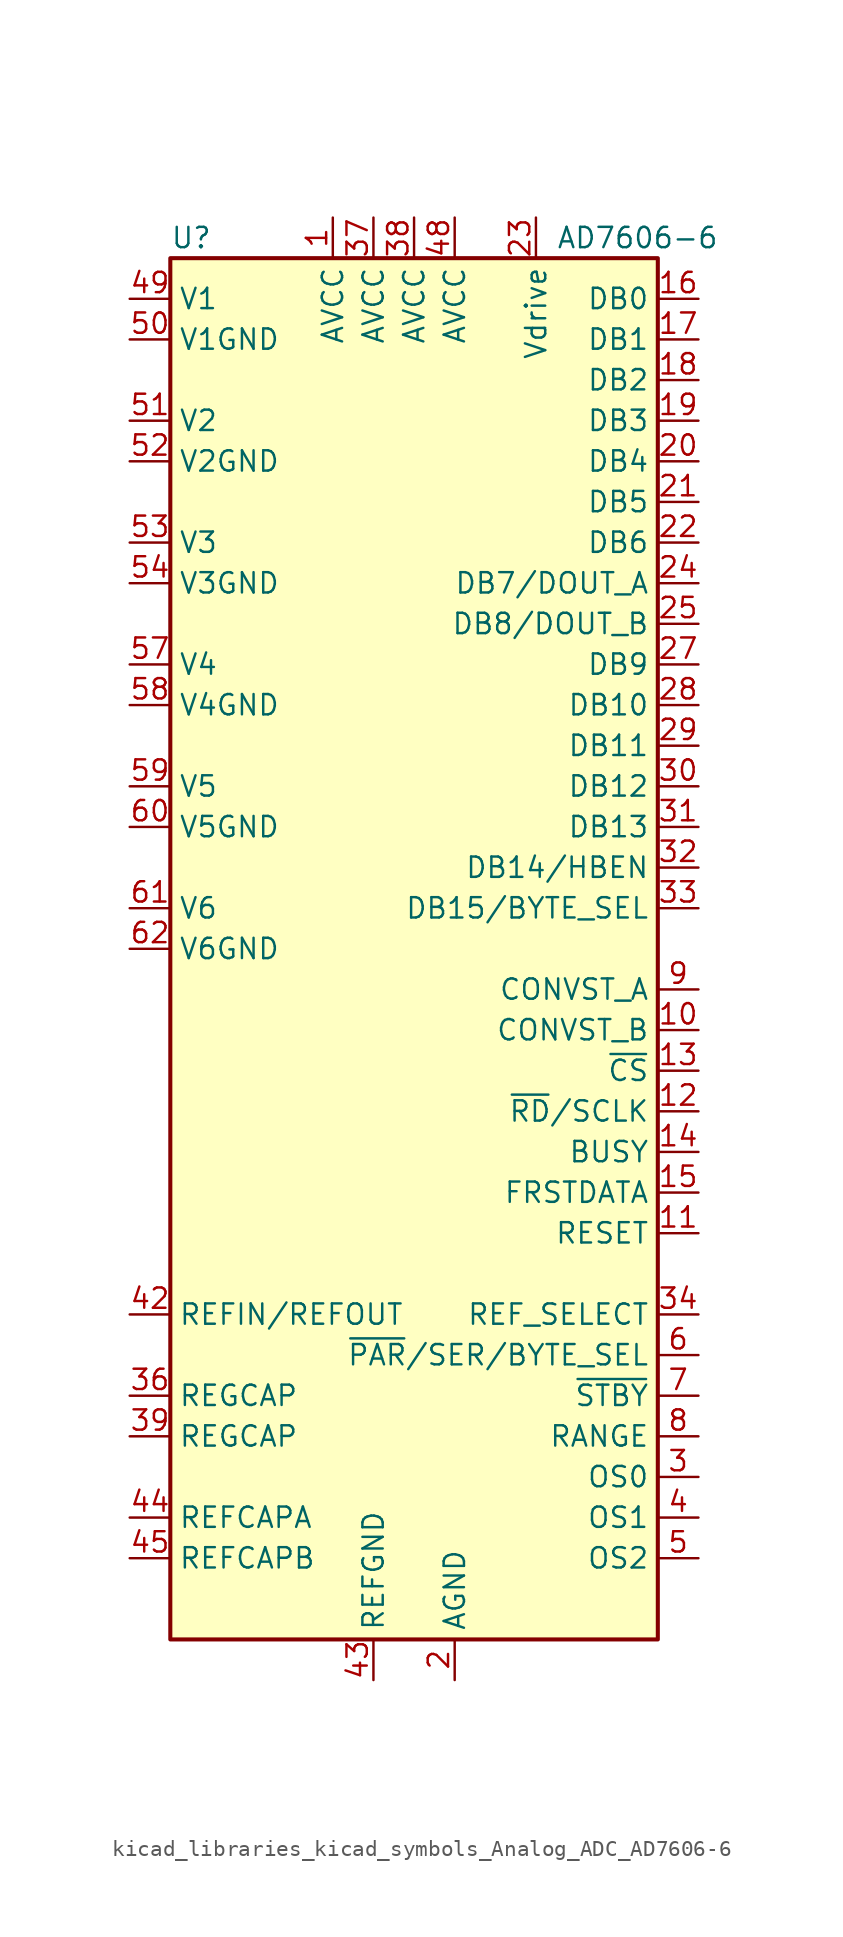
<source format=kicad_sym>
(kicad_symbol_lib
  (version 20220914)
  (generator kicad_symbol_editor)
  (symbol "kicad_libraries_kicad_symbols_Analog_ADC_AD7606-6"
    (property "Reference" "U"
      (at -15.24 44.45 0)
      (effects (font (size 1.27 1.27)) (justify left)))
    (property "Value" "AD7606-6"
      (at 8.89 44.45 0)
      (effects (font (size 1.27 1.27)) (justify left)))
    (symbol "kicad_libraries_kicad_symbols_Analog_ADC_AD7606-6_1_1"
      (rectangle (start -15.24 43.18) (end 15.24 -43.18) (stroke (width 0.254) (type default)) (fill (type background)))
      (pin power_in line (at -5.08 45.72 270) (length 2.54) (name "AVCC" (effects (font (size 1.27 1.27)))) (number "1" (effects (font (size 1.27 1.27)))))
      (pin input line (at 17.78 -5.08 180) (length 2.54) (name "CONVST_B" (effects (font (size 1.27 1.27)))) (number "10" (effects (font (size 1.27 1.27)))))
      (pin input line (at 17.78 -17.78 180) (length 2.54) (name "RESET" (effects (font (size 1.27 1.27)))) (number "11" (effects (font (size 1.27 1.27)))))
      (pin input line (at 17.78 -10.16 180) (length 2.54) (name "~{RD}/SCLK" (effects (font (size 1.27 1.27)))) (number "12" (effects (font (size 1.27 1.27)))))
      (pin input line (at 17.78 -7.62 180) (length 2.54) (name "~{CS}" (effects (font (size 1.27 1.27)))) (number "13" (effects (font (size 1.27 1.27)))))
      (pin output line (at 17.78 -12.7 180) (length 2.54) (name "BUSY" (effects (font (size 1.27 1.27)))) (number "14" (effects (font (size 1.27 1.27)))))
      (pin output line (at 17.78 -15.24 180) (length 2.54) (name "FRSTDATA" (effects (font (size 1.27 1.27)))) (number "15" (effects (font (size 1.27 1.27)))))
      (pin output line (at 17.78 40.64 180) (length 2.54) (name "DB0" (effects (font (size 1.27 1.27)))) (number "16" (effects (font (size 1.27 1.27)))))
      (pin output line (at 17.78 38.1 180) (length 2.54) (name "DB1" (effects (font (size 1.27 1.27)))) (number "17" (effects (font (size 1.27 1.27)))))
      (pin output line (at 17.78 35.56 180) (length 2.54) (name "DB2" (effects (font (size 1.27 1.27)))) (number "18" (effects (font (size 1.27 1.27)))))
      (pin output line (at 17.78 33.02 180) (length 2.54) (name "DB3" (effects (font (size 1.27 1.27)))) (number "19" (effects (font (size 1.27 1.27)))))
      (pin power_in line (at 2.54 -45.72 90) (length 2.54) (name "AGND" (effects (font (size 1.27 1.27)))) (number "2" (effects (font (size 1.27 1.27)))))
      (pin output line (at 17.78 30.48 180) (length 2.54) (name "DB4" (effects (font (size 1.27 1.27)))) (number "20" (effects (font (size 1.27 1.27)))))
      (pin output line (at 17.78 27.94 180) (length 2.54) (name "DB5" (effects (font (size 1.27 1.27)))) (number "21" (effects (font (size 1.27 1.27)))))
      (pin output line (at 17.78 25.4 180) (length 2.54) (name "DB6" (effects (font (size 1.27 1.27)))) (number "22" (effects (font (size 1.27 1.27)))))
      (pin power_in line (at 7.62 45.72 270) (length 2.54) (name "Vdrive" (effects (font (size 1.27 1.27)))) (number "23" (effects (font (size 1.27 1.27)))))
      (pin output line (at 17.78 22.86 180) (length 2.54) (name "DB7/DOUT_A" (effects (font (size 1.27 1.27)))) (number "24" (effects (font (size 1.27 1.27)))))
      (pin output line (at 17.78 20.32 180) (length 2.54) (name "DB8/DOUT_B" (effects (font (size 1.27 1.27)))) (number "25" (effects (font (size 1.27 1.27)))))
      (pin passive line (at 2.54 -45.72 90) (length 2.54) hide (name "AGND" (effects (font (size 1.27 1.27)))) (number "26" (effects (font (size 1.27 1.27)))))
      (pin output line (at 17.78 17.78 180) (length 2.54) (name "DB9" (effects (font (size 1.27 1.27)))) (number "27" (effects (font (size 1.27 1.27)))))
      (pin output line (at 17.78 15.24 180) (length 2.54) (name "DB10" (effects (font (size 1.27 1.27)))) (number "28" (effects (font (size 1.27 1.27)))))
      (pin output line (at 17.78 12.7 180) (length 2.54) (name "DB11" (effects (font (size 1.27 1.27)))) (number "29" (effects (font (size 1.27 1.27)))))
      (pin input line (at 17.78 -33.02 180) (length 2.54) (name "OS0" (effects (font (size 1.27 1.27)))) (number "3" (effects (font (size 1.27 1.27)))))
      (pin output line (at 17.78 10.16 180) (length 2.54) (name "DB12" (effects (font (size 1.27 1.27)))) (number "30" (effects (font (size 1.27 1.27)))))
      (pin output line (at 17.78 7.62 180) (length 2.54) (name "DB13" (effects (font (size 1.27 1.27)))) (number "31" (effects (font (size 1.27 1.27)))))
      (pin bidirectional line (at 17.78 5.08 180) (length 2.54) (name "DB14/HBEN" (effects (font (size 1.27 1.27)))) (number "32" (effects (font (size 1.27 1.27)))))
      (pin bidirectional line (at 17.78 2.54 180) (length 2.54) (name "DB15/BYTE_SEL" (effects (font (size 1.27 1.27)))) (number "33" (effects (font (size 1.27 1.27)))))
      (pin input line (at 17.78 -22.86 180) (length 2.54) (name "REF_SELECT" (effects (font (size 1.27 1.27)))) (number "34" (effects (font (size 1.27 1.27)))))
      (pin passive line (at 2.54 -45.72 90) (length 2.54) hide (name "AGND" (effects (font (size 1.27 1.27)))) (number "35" (effects (font (size 1.27 1.27)))))
      (pin passive line (at -17.78 -27.94 0) (length 2.54) (name "REGCAP" (effects (font (size 1.27 1.27)))) (number "36" (effects (font (size 1.27 1.27)))))
      (pin power_in line (at -2.54 45.72 270) (length 2.54) (name "AVCC" (effects (font (size 1.27 1.27)))) (number "37" (effects (font (size 1.27 1.27)))))
      (pin power_in line (at 0 45.72 270) (length 2.54) (name "AVCC" (effects (font (size 1.27 1.27)))) (number "38" (effects (font (size 1.27 1.27)))))
      (pin passive line (at -17.78 -30.48 0) (length 2.54) (name "REGCAP" (effects (font (size 1.27 1.27)))) (number "39" (effects (font (size 1.27 1.27)))))
      (pin input line (at 17.78 -35.56 180) (length 2.54) (name "OS1" (effects (font (size 1.27 1.27)))) (number "4" (effects (font (size 1.27 1.27)))))
      (pin passive line (at 2.54 -45.72 90) (length 2.54) hide (name "AGND" (effects (font (size 1.27 1.27)))) (number "40" (effects (font (size 1.27 1.27)))))
      (pin passive line (at 2.54 -45.72 90) (length 2.54) hide (name "AGND" (effects (font (size 1.27 1.27)))) (number "41" (effects (font (size 1.27 1.27)))))
      (pin passive line (at -17.78 -22.86 0) (length 2.54) (name "REFIN/REFOUT" (effects (font (size 1.27 1.27)))) (number "42" (effects (font (size 1.27 1.27)))))
      (pin power_in line (at -2.54 -45.72 90) (length 2.54) (name "REFGND" (effects (font (size 1.27 1.27)))) (number "43" (effects (font (size 1.27 1.27)))))
      (pin passive line (at -17.78 -35.56 0) (length 2.54) (name "REFCAPA" (effects (font (size 1.27 1.27)))) (number "44" (effects (font (size 1.27 1.27)))))
      (pin passive line (at -17.78 -38.1 0) (length 2.54) (name "REFCAPB" (effects (font (size 1.27 1.27)))) (number "45" (effects (font (size 1.27 1.27)))))
      (pin passive line (at -2.54 -45.72 90) (length 2.54) hide (name "REFGND" (effects (font (size 1.27 1.27)))) (number "46" (effects (font (size 1.27 1.27)))))
      (pin passive line (at 2.54 -45.72 90) (length 2.54) hide (name "AGND" (effects (font (size 1.27 1.27)))) (number "47" (effects (font (size 1.27 1.27)))))
      (pin power_in line (at 2.54 45.72 270) (length 2.54) (name "AVCC" (effects (font (size 1.27 1.27)))) (number "48" (effects (font (size 1.27 1.27)))))
      (pin input line (at -17.78 40.64 0) (length 2.54) (name "V1" (effects (font (size 1.27 1.27)))) (number "49" (effects (font (size 1.27 1.27)))))
      (pin input line (at 17.78 -38.1 180) (length 2.54) (name "OS2" (effects (font (size 1.27 1.27)))) (number "5" (effects (font (size 1.27 1.27)))))
      (pin input line (at -17.78 38.1 0) (length 2.54) (name "V1GND" (effects (font (size 1.27 1.27)))) (number "50" (effects (font (size 1.27 1.27)))))
      (pin input line (at -17.78 33.02 0) (length 2.54) (name "V2" (effects (font (size 1.27 1.27)))) (number "51" (effects (font (size 1.27 1.27)))))
      (pin input line (at -17.78 30.48 0) (length 2.54) (name "V2GND" (effects (font (size 1.27 1.27)))) (number "52" (effects (font (size 1.27 1.27)))))
      (pin input line (at -17.78 25.4 0) (length 2.54) (name "V3" (effects (font (size 1.27 1.27)))) (number "53" (effects (font (size 1.27 1.27)))))
      (pin input line (at -17.78 22.86 0) (length 2.54) (name "V3GND" (effects (font (size 1.27 1.27)))) (number "54" (effects (font (size 1.27 1.27)))))
      (pin passive line (at 2.54 -45.72 90) (length 2.54) hide (name "AGND" (effects (font (size 1.27 1.27)))) (number "55" (effects (font (size 1.27 1.27)))))
      (pin passive line (at 2.54 -45.72 90) (length 2.54) hide (name "AGND" (effects (font (size 1.27 1.27)))) (number "56" (effects (font (size 1.27 1.27)))))
      (pin input line (at -17.78 17.78 0) (length 2.54) (name "V4" (effects (font (size 1.27 1.27)))) (number "57" (effects (font (size 1.27 1.27)))))
      (pin input line (at -17.78 15.24 0) (length 2.54) (name "V4GND" (effects (font (size 1.27 1.27)))) (number "58" (effects (font (size 1.27 1.27)))))
      (pin input line (at -17.78 10.16 0) (length 2.54) (name "V5" (effects (font (size 1.27 1.27)))) (number "59" (effects (font (size 1.27 1.27)))))
      (pin input line (at 17.78 -25.4 180) (length 2.54) (name "~{PAR}/SER/BYTE_SEL" (effects (font (size 1.27 1.27)))) (number "6" (effects (font (size 1.27 1.27)))))
      (pin input line (at -17.78 7.62 0) (length 2.54) (name "V5GND" (effects (font (size 1.27 1.27)))) (number "60" (effects (font (size 1.27 1.27)))))
      (pin input line (at -17.78 2.54 0) (length 2.54) (name "V6" (effects (font (size 1.27 1.27)))) (number "61" (effects (font (size 1.27 1.27)))))
      (pin input line (at -17.78 0 0) (length 2.54) (name "V6GND" (effects (font (size 1.27 1.27)))) (number "62" (effects (font (size 1.27 1.27)))))
      (pin passive line (at 2.54 -45.72 90) (length 2.54) hide (name "AGND" (effects (font (size 1.27 1.27)))) (number "63" (effects (font (size 1.27 1.27)))))
      (pin passive line (at 2.54 -45.72 90) (length 2.54) hide (name "AGND" (effects (font (size 1.27 1.27)))) (number "64" (effects (font (size 1.27 1.27)))))
      (pin input line (at 17.78 -27.94 180) (length 2.54) (name "~{STBY}" (effects (font (size 1.27 1.27)))) (number "7" (effects (font (size 1.27 1.27)))))
      (pin input line (at 17.78 -30.48 180) (length 2.54) (name "RANGE" (effects (font (size 1.27 1.27)))) (number "8" (effects (font (size 1.27 1.27)))))
      (pin input line (at 17.78 -2.54 180) (length 2.54) (name "CONVST_A" (effects (font (size 1.27 1.27)))) (number "9" (effects (font (size 1.27 1.27))))))))
</source>
